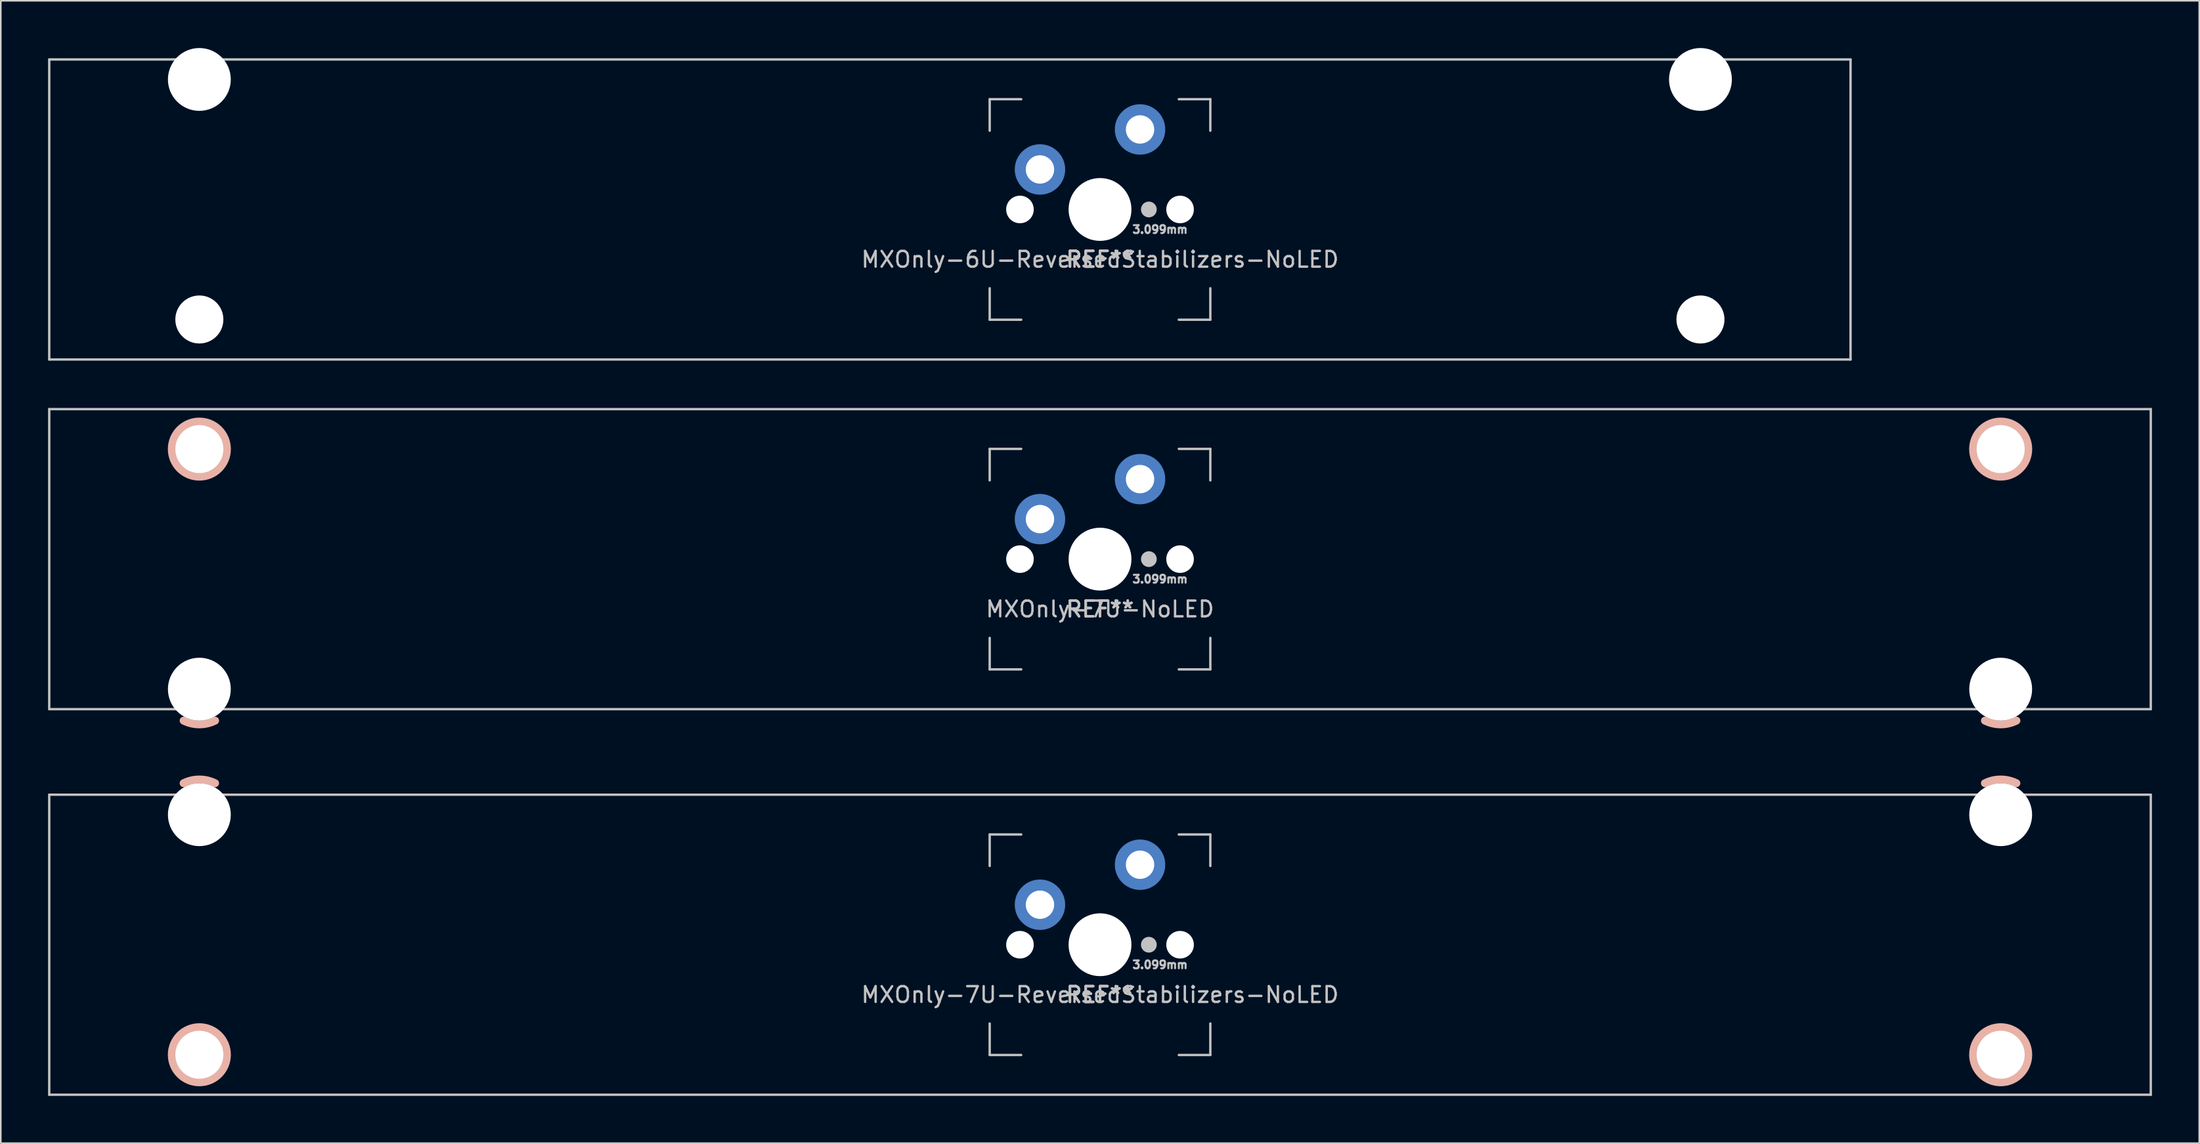
<source format=kicad_pcb>
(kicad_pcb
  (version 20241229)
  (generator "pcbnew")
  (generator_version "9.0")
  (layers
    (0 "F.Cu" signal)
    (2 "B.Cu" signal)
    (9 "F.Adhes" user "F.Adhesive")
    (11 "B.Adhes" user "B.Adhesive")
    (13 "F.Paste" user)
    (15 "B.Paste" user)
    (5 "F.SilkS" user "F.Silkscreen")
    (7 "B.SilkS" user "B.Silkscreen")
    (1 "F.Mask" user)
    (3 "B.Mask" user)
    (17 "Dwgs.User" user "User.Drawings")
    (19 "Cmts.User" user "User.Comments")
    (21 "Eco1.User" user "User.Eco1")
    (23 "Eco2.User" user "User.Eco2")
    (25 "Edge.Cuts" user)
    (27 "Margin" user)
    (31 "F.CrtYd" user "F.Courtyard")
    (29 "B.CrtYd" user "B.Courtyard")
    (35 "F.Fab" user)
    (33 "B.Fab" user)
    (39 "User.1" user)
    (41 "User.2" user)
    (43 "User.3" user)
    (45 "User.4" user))
  (footprint "MXOnly-6U-ReversedStabilizers-NoLED"
    (layer "F.Cu")
    (at 57.225 10.249)
    (property "Reference" "MXOnly-6U-ReversedStabilizers-NoLED" (at 9.525 3.175 0) (layer "Dwgs.User") (effects (font (size 1 1) (thickness 0.15))))
    (attr through_hole)
    (fp_line (start -57.15 -9.525) (end 57.15 -9.525) (stroke (width 0.15) (type solid)) (layer "Dwgs.User"))
    (fp_line (start -57.15 9.525) (end -57.15 -9.525) (stroke (width 0.15) (type solid)) (layer "Dwgs.User"))
    (fp_line (start -57.15 9.525) (end 57.15 9.525) (stroke (width 0.15) (type solid)) (layer "Dwgs.User"))
    (fp_line (start 2.525 -7) (end 2.525 -5) (stroke (width 0.15) (type solid)) (layer "Dwgs.User"))
    (fp_line (start 2.525 5) (end 2.525 7) (stroke (width 0.15) (type solid)) (layer "Dwgs.User"))
    (fp_line (start 2.525 7) (end 4.525 7) (stroke (width 0.15) (type solid)) (layer "Dwgs.User"))
    (fp_line (start 4.525 -7) (end 2.525 -7) (stroke (width 0.15) (type solid)) (layer "Dwgs.User"))
    (fp_line (start 14.525 -7) (end 16.525 -7) (stroke (width 0.15) (type solid)) (layer "Dwgs.User"))
    (fp_line (start 14.525 7) (end 16.525 7) (stroke (width 0.15) (type solid)) (layer "Dwgs.User"))
    (fp_line (start 16.525 -7) (end 16.525 -5) (stroke (width 0.15) (type solid)) (layer "Dwgs.User"))
    (fp_line (start 16.525 7) (end 16.525 5) (stroke (width 0.15) (type solid)) (layer "Dwgs.User"))
    (fp_line (start 57.15 -9.525) (end 57.15 9.525) (stroke (width 0.15) (type solid)) (layer "Dwgs.User"))
    (fp_text user "3.099mm" (at 13.335 1.27 0) (layer "Dwgs.User") (effects (font (size 0.5 0.5) (thickness 0.125))))
    (fp_text user "REF**" (at 9.525 3.175 0) (layer "Dwgs.User") (effects (font (size 1 1) (thickness 0.15))))
    (fp_text user "REF**" (at 9.525 3.175 0) (layer "Dwgs.User") (effects (font (size 1 1) (thickness 0.15))))
    (fp_text user "REF**" (at 9.525 3.175 0) (layer "Dwgs.User") (effects (font (size 1 1) (thickness 0.15))))
    (fp_text user "REF**" (at 9.525 3.175 0) (layer "Dwgs.User") (effects (font (size 1 1) (thickness 0.15))))
    (fp_text user "REF**" (at 9.525 3.175 0) (layer "Dwgs.User") (effects (font (size 1 1) (thickness 0.15))))
    (pad "" np_thru_hole circle (at -47.625 -8.255) (size 3.988 3.988) (drill 3.988) (layers "*.Cu" "*.Mask"))
    (pad "" np_thru_hole circle (at -47.625 6.985) (size 3.048 3.048) (drill 3.048) (layers "*.Cu" "*.Mask"))
    (pad "" np_thru_hole circle (at 4.445 0 48.1) (size 1.75 1.75) (drill 1.75) (layers "*.Cu" "*.Mask"))
    (pad "" smd circle (at 5.715 -2.54) (size 2.8 2.8) (layers "B.Mask"))
    (pad "" np_thru_hole circle (at 9.525 0) (size 3.988 3.988) (drill 3.988) (layers "*.Cu" "*.Mask"))
    (pad "" smd circle (at 12.065 -5.08) (size 2.8 2.8) (layers "B.Mask"))
    (pad "" smd circle (at 12.624 0) (size 1 1) (layers "Dwgs.User"))
    (pad "" np_thru_hole circle (at 14.605 0 48.1) (size 1.75 1.75) (drill 1.75) (layers "*.Cu" "*.Mask"))
    (pad "" np_thru_hole circle (at 47.625 -8.255) (size 3.988 3.988) (drill 3.988) (layers "*.Cu" "*.Mask"))
    (pad "" np_thru_hole circle (at 47.625 6.985) (size 3.048 3.048) (drill 3.048) (layers "*.Cu" "*.Mask"))
    (pad "1" thru_hole circle (at 5.715 -2.54) (size 2.4 2.4) (drill 1.8) (layers "*.Cu"))
    (pad "1" smd circle (at 5.715 -2.54) (size 3.2 3.2) (layers "B.Cu"))
    (pad "2" thru_hole circle (at 12.065 -5.08) (size 2.4 2.4) (drill 1.8) (layers "*.Cu"))
    (pad "2" smd circle (at 12.065 -5.08) (size 3.2 3.2) (layers "B.Cu")))
  (footprint "MXOnly-7U-ReversedStabilizers-NoLED"
    (layer "F.Cu")
    (at 66.75 56.931)
    (property "Reference" "MXOnly-7U-ReversedStabilizers-NoLED" (at 0 3.175 0) (layer "Dwgs.User") (effects (font (size 1 1) (thickness 0.15))))
    (attr through_hole)
    (fp_arc (start -58.15 -10.255) (mid -57.150587 -10.491068) (end -56.151051 -10.255525) (stroke (width 0.5) (type solid)) (layer "B.SilkS"))
    (fp_arc (start 56.15 -10.255) (mid 57.149413 -10.491068) (end 58.148949 -10.255525) (stroke (width 0.5) (type solid)) (layer "B.SilkS"))
    (fp_circle (center -57.15 6.985) (end -58.9 6.985) (stroke (width 0.5) (type solid)) (fill no) (layer "B.SilkS"))
    (fp_circle (center 57.15 6.985) (end 55.4 6.985) (stroke (width 0.5) (type solid)) (fill no) (layer "B.SilkS"))
    (fp_line (start -66.675 -9.525) (end 66.675 -9.525) (stroke (width 0.15) (type solid)) (layer "Dwgs.User"))
    (fp_line (start -66.675 9.525) (end -66.675 -9.525) (stroke (width 0.15) (type solid)) (layer "Dwgs.User"))
    (fp_line (start -66.675 9.525) (end 66.675 9.525) (stroke (width 0.15) (type solid)) (layer "Dwgs.User"))
    (fp_line (start -7 -7) (end -7 -5) (stroke (width 0.15) (type solid)) (layer "Dwgs.User"))
    (fp_line (start -7 5) (end -7 7) (stroke (width 0.15) (type solid)) (layer "Dwgs.User"))
    (fp_line (start -7 7) (end -5 7) (stroke (width 0.15) (type solid)) (layer "Dwgs.User"))
    (fp_line (start -5 -7) (end -7 -7) (stroke (width 0.15) (type solid)) (layer "Dwgs.User"))
    (fp_line (start 5 -7) (end 7 -7) (stroke (width 0.15) (type solid)) (layer "Dwgs.User"))
    (fp_line (start 5 7) (end 7 7) (stroke (width 0.15) (type solid)) (layer "Dwgs.User"))
    (fp_line (start 7 -7) (end 7 -5) (stroke (width 0.15) (type solid)) (layer "Dwgs.User"))
    (fp_line (start 7 7) (end 7 5) (stroke (width 0.15) (type solid)) (layer "Dwgs.User"))
    (fp_line (start 66.675 -9.525) (end 66.675 9.525) (stroke (width 0.15) (type solid)) (layer "Dwgs.User"))
    (fp_text user "3.099mm" (at 3.81 1.27 0) (layer "Dwgs.User") (effects (font (size 0.5 0.5) (thickness 0.125))))
    (fp_text user "REF**" (at 0 3.175 0) (layer "Dwgs.User") (effects (font (size 1 1) (thickness 0.15))))
    (fp_text user "REF**" (at 0 3.175 0) (layer "Dwgs.User") (effects (font (size 1 1) (thickness 0.15))))
    (fp_text user "REF**" (at 0 3.175 0) (layer "Dwgs.User") (effects (font (size 1 1) (thickness 0.15))))
    (pad "" np_thru_hole circle (at -57.15 -8.255) (size 3.988 3.988) (drill 3.988) (layers "*.Cu" "*.Mask"))
    (pad "" np_thru_hole circle (at -57.15 6.985) (size 3.048 3.048) (drill 3.048) (layers "*.Cu" "*.Mask"))
    (pad "" np_thru_hole circle (at -5.08 0 48.1) (size 1.75 1.75) (drill 1.75) (layers "*.Cu" "*.Mask"))
    (pad "" smd circle (at -3.81 -2.54) (size 2.8 2.8) (layers "B.Mask"))
    (pad "" np_thru_hole circle (at 0 0) (size 3.988 3.988) (drill 3.988) (layers "*.Cu" "*.Mask"))
    (pad "" smd circle (at 2.54 -5.08) (size 2.8 2.8) (layers "B.Mask"))
    (pad "" smd circle (at 3.099 0) (size 1 1) (layers "Dwgs.User"))
    (pad "" np_thru_hole circle (at 5.08 0 48.1) (size 1.75 1.75) (drill 1.75) (layers "*.Cu" "*.Mask"))
    (pad "" np_thru_hole circle (at 57.15 -8.255) (size 3.988 3.988) (drill 3.988) (layers "*.Cu" "*.Mask"))
    (pad "" np_thru_hole circle (at 57.15 6.985) (size 3.048 3.048) (drill 3.048) (layers "*.Cu" "*.Mask"))
    (pad "1" thru_hole circle (at -3.81 -2.54) (size 2.4 2.4) (drill 1.8) (layers "*.Cu"))
    (pad "1" smd circle (at -3.81 -2.54) (size 3.2 3.2) (layers "B.Cu"))
    (pad "2" thru_hole circle (at 2.54 -5.08) (size 2.4 2.4) (drill 1.8) (layers "*.Cu"))
    (pad "2" smd circle (at 2.54 -5.08) (size 3.2 3.2) (layers "B.Cu")))
  (footprint "MXOnly-7U-NoLED"
    (layer "F.Cu")
    (at 66.75 32.449)
    (property "Reference" "MXOnly-7U-NoLED" (at 0 3.175 0) (layer "Dwgs.User") (effects (font (size 1 1) (thickness 0.15))))
    (attr through_hole)
    (fp_arc (start -56.15 10.255) (mid -57.149413 10.491068) (end -58.148949 10.255525) (stroke (width 0.5) (type solid)) (layer "B.SilkS"))
    (fp_arc (start 58.15 10.255) (mid 57.150587 10.491068) (end 56.151051 10.255525) (stroke (width 0.5) (type solid)) (layer "B.SilkS"))
    (fp_circle (center -57.15 -6.985) (end -55.4 -6.985) (stroke (width 0.5) (type solid)) (fill no) (layer "B.SilkS"))
    (fp_circle (center 57.15 -6.985) (end 58.9 -6.985) (stroke (width 0.5) (type solid)) (fill no) (layer "B.SilkS"))
    (fp_line (start -66.675 -9.525) (end 66.675 -9.525) (stroke (width 0.15) (type solid)) (layer "Dwgs.User"))
    (fp_line (start -66.675 9.525) (end -66.675 -9.525) (stroke (width 0.15) (type solid)) (layer "Dwgs.User"))
    (fp_line (start -66.675 9.525) (end 66.675 9.525) (stroke (width 0.15) (type solid)) (layer "Dwgs.User"))
    (fp_line (start -7 -7) (end -7 -5) (stroke (width 0.15) (type solid)) (layer "Dwgs.User"))
    (fp_line (start -7 5) (end -7 7) (stroke (width 0.15) (type solid)) (layer "Dwgs.User"))
    (fp_line (start -7 7) (end -5 7) (stroke (width 0.15) (type solid)) (layer "Dwgs.User"))
    (fp_line (start -5 -7) (end -7 -7) (stroke (width 0.15) (type solid)) (layer "Dwgs.User"))
    (fp_line (start 5 -7) (end 7 -7) (stroke (width 0.15) (type solid)) (layer "Dwgs.User"))
    (fp_line (start 5 7) (end 7 7) (stroke (width 0.15) (type solid)) (layer "Dwgs.User"))
    (fp_line (start 7 -7) (end 7 -5) (stroke (width 0.15) (type solid)) (layer "Dwgs.User"))
    (fp_line (start 7 7) (end 7 5) (stroke (width 0.15) (type solid)) (layer "Dwgs.User"))
    (fp_line (start 66.675 -9.525) (end 66.675 9.525) (stroke (width 0.15) (type solid)) (layer "Dwgs.User"))
    (fp_text user "REF**" (at 0 3.175 0) (layer "Dwgs.User") (effects (font (size 1 1) (thickness 0.15))))
    (fp_text user "3.099mm" (at 3.81 1.27 0) (layer "Dwgs.User") (effects (font (size 0.5 0.5) (thickness 0.125))))
    (fp_text user "REF**" (at 0 3.175 0) (layer "Dwgs.User") (effects (font (size 1 1) (thickness 0.15))))
    (fp_text user "REF**" (at 0 3.175 0) (layer "Dwgs.User") (effects (font (size 1 1) (thickness 0.15))))
    (pad "" np_thru_hole circle (at -57.15 -6.985) (size 3.048 3.048) (drill 3.048) (layers "*.Cu" "*.Mask"))
    (pad "" np_thru_hole circle (at -57.15 8.255) (size 3.988 3.988) (drill 3.988) (layers "*.Cu" "*.Mask"))
    (pad "" np_thru_hole circle (at -5.08 0 48.1) (size 1.75 1.75) (drill 1.75) (layers "*.Cu" "*.Mask"))
    (pad "" smd circle (at -3.81 -2.54) (size 2.8 2.8) (layers "B.Mask"))
    (pad "" np_thru_hole circle (at 0 0) (size 3.988 3.988) (drill 3.988) (layers "*.Cu" "*.Mask"))
    (pad "" smd circle (at 2.54 -5.08) (size 2.8 2.8) (layers "B.Mask"))
    (pad "" smd circle (at 3.099 0) (size 1 1) (layers "Dwgs.User"))
    (pad "" np_thru_hole circle (at 5.08 0 48.1) (size 1.75 1.75) (drill 1.75) (layers "*.Cu" "*.Mask"))
    (pad "" np_thru_hole circle (at 57.15 -6.985) (size 3.048 3.048) (drill 3.048) (layers "*.Cu" "*.Mask"))
    (pad "" np_thru_hole circle (at 57.15 8.255) (size 3.988 3.988) (drill 3.988) (layers "*.Cu" "*.Mask"))
    (pad "1" thru_hole circle (at -3.81 -2.54) (size 2.4 2.4) (drill 1.8) (layers "*.Cu"))
    (pad "1" smd circle (at -3.81 -2.54) (size 3.2 3.2) (layers "B.Cu"))
    (pad "2" thru_hole circle (at 2.54 -5.08) (size 2.4 2.4) (drill 1.8) (layers "*.Cu"))
    (pad "2" smd circle (at 2.54 -5.08) (size 3.2 3.2) (layers "B.Cu")))
  (gr_rect
    (start -3 -3)
    (end 136.5 69.531)
    (stroke (width 0.1) (type default))
    (fill no)
    (layer "Edge.Cuts")))
</source>
